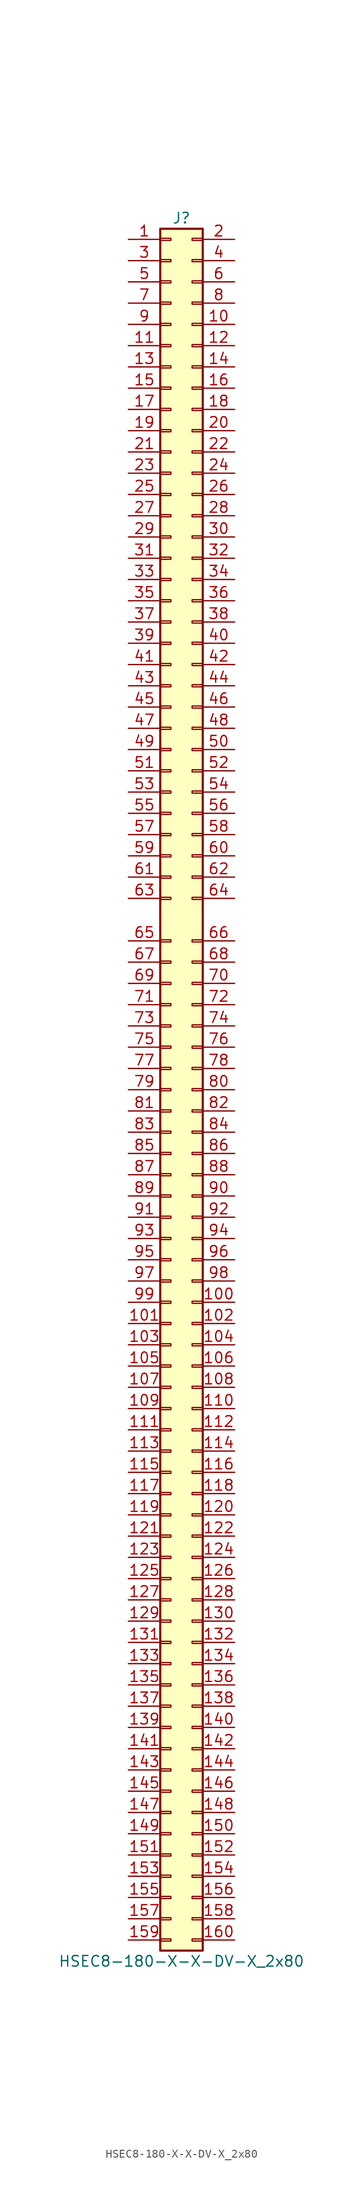
<source format=kicad_sym>
(kicad_symbol_lib
  (version 20231120)
  (generator "kicad_symbol_editor")
  (generator_version "8.0")
  (symbol "HSEC8-180-X-X-DV-X_2x80"
    (pin_names
      (offset 1.016) hide)
    (property "Reference" "J"
      (at 1.27 104.14 0)
      (effects (font (size 1.27 1.27))))
    (property "Value" "HSEC8-180-X-X-DV-X_2x80"
      (at 1.27 -104.14 0)
      (effects (font (size 1.27 1.27))))
    (property "ki_locked" ""
      (at 0 0 0)
      (effects (font (size 1.27 1.27))))
    (symbol "HSEC8-180-X-X-DV-X_2x80_1_1"
      (rectangle (start -1.27 -101.473) (end 0 -101.727) (stroke (width 0.152) (type default)) (fill (type none)))
      (rectangle (start -1.27 -98.933) (end 0 -99.187) (stroke (width 0.152) (type default)) (fill (type none)))
      (rectangle (start -1.27 -96.393) (end 0 -96.647) (stroke (width 0.152) (type default)) (fill (type none)))
      (rectangle (start -1.27 -93.853) (end 0 -94.107) (stroke (width 0.152) (type default)) (fill (type none)))
      (rectangle (start -1.27 -91.313) (end 0 -91.567) (stroke (width 0.152) (type default)) (fill (type none)))
      (rectangle (start -1.27 -88.773) (end 0 -89.027) (stroke (width 0.152) (type default)) (fill (type none)))
      (rectangle (start -1.27 -86.233) (end 0 -86.487) (stroke (width 0.152) (type default)) (fill (type none)))
      (rectangle (start -1.27 -83.693) (end 0 -83.947) (stroke (width 0.152) (type default)) (fill (type none)))
      (rectangle (start -1.27 -81.153) (end 0 -81.407) (stroke (width 0.152) (type default)) (fill (type none)))
      (rectangle (start -1.27 -78.613) (end 0 -78.867) (stroke (width 0.152) (type default)) (fill (type none)))
      (rectangle (start -1.27 -76.073) (end 0 -76.327) (stroke (width 0.152) (type default)) (fill (type none)))
      (rectangle (start -1.27 -73.533) (end 0 -73.787) (stroke (width 0.152) (type default)) (fill (type none)))
      (rectangle (start -1.27 -70.993) (end 0 -71.247) (stroke (width 0.152) (type default)) (fill (type none)))
      (rectangle (start -1.27 -68.453) (end 0 -68.707) (stroke (width 0.152) (type default)) (fill (type none)))
      (rectangle (start -1.27 -65.913) (end 0 -66.167) (stroke (width 0.152) (type default)) (fill (type none)))
      (rectangle (start -1.27 -63.373) (end 0 -63.627) (stroke (width 0.152) (type default)) (fill (type none)))
      (rectangle (start -1.27 -60.833) (end 0 -61.087) (stroke (width 0.152) (type default)) (fill (type none)))
      (rectangle (start -1.27 -58.293) (end 0 -58.547) (stroke (width 0.152) (type default)) (fill (type none)))
      (rectangle (start -1.27 -55.753) (end 0 -56.007) (stroke (width 0.152) (type default)) (fill (type none)))
      (rectangle (start -1.27 -53.213) (end 0 -53.467) (stroke (width 0.152) (type default)) (fill (type none)))
      (rectangle (start -1.27 -50.673) (end 0 -50.927) (stroke (width 0.152) (type default)) (fill (type none)))
      (rectangle (start -1.27 -48.133) (end 0 -48.387) (stroke (width 0.152) (type default)) (fill (type none)))
      (rectangle (start -1.27 -45.593) (end 0 -45.847) (stroke (width 0.152) (type default)) (fill (type none)))
      (rectangle (start -1.27 -43.053) (end 0 -43.307) (stroke (width 0.152) (type default)) (fill (type none)))
      (rectangle (start -1.27 -40.513) (end 0 -40.767) (stroke (width 0.152) (type default)) (fill (type none)))
      (rectangle (start -1.27 -37.973) (end 0 -38.227) (stroke (width 0.152) (type default)) (fill (type none)))
      (rectangle (start -1.27 -35.433) (end 0 -35.687) (stroke (width 0.152) (type default)) (fill (type none)))
      (rectangle (start -1.27 -32.893) (end 0 -33.147) (stroke (width 0.152) (type default)) (fill (type none)))
      (rectangle (start -1.27 -30.353) (end 0 -30.607) (stroke (width 0.152) (type default)) (fill (type none)))
      (rectangle (start -1.27 -27.813) (end 0 -28.067) (stroke (width 0.152) (type default)) (fill (type none)))
      (rectangle (start -1.27 -25.273) (end 0 -25.527) (stroke (width 0.152) (type default)) (fill (type none)))
      (rectangle (start -1.27 -22.733) (end 0 -22.987) (stroke (width 0.152) (type default)) (fill (type none)))
      (rectangle (start -1.27 -20.193) (end 0 -20.447) (stroke (width 0.152) (type default)) (fill (type none)))
      (rectangle (start -1.27 -17.653) (end 0 -17.907) (stroke (width 0.152) (type default)) (fill (type none)))
      (rectangle (start -1.27 -15.113) (end 0 -15.367) (stroke (width 0.152) (type default)) (fill (type none)))
      (rectangle (start -1.27 -12.573) (end 0 -12.827) (stroke (width 0.152) (type default)) (fill (type none)))
      (rectangle (start -1.27 -10.033) (end 0 -10.287) (stroke (width 0.152) (type default)) (fill (type none)))
      (rectangle (start -1.27 -7.493) (end 0 -7.747) (stroke (width 0.152) (type default)) (fill (type none)))
      (rectangle (start -1.27 -4.953) (end 0 -5.207) (stroke (width 0.152) (type default)) (fill (type none)))
      (rectangle (start -1.27 -2.413) (end 0 -2.667) (stroke (width 0.152) (type default)) (fill (type none)))
      (rectangle (start -1.27 0.127) (end 0 -0.127) (stroke (width 0.152) (type default)) (fill (type none)))
      (rectangle (start -1.27 2.667) (end 0 2.413) (stroke (width 0.152) (type default)) (fill (type none)))
      (rectangle (start -1.27 5.207) (end 0 4.953) (stroke (width 0.152) (type default)) (fill (type none)))
      (rectangle (start -1.27 7.747) (end 0 7.493) (stroke (width 0.152) (type default)) (fill (type none)))
      (rectangle (start -1.27 10.287) (end 0 10.033) (stroke (width 0.152) (type default)) (fill (type none)))
      (rectangle (start -1.27 12.827) (end 0 12.573) (stroke (width 0.152) (type default)) (fill (type none)))
      (rectangle (start -1.27 15.367) (end 0 15.113) (stroke (width 0.152) (type default)) (fill (type none)))
      (rectangle (start -1.27 17.907) (end 0 17.653) (stroke (width 0.152) (type default)) (fill (type none)))
      (rectangle (start -1.27 22.987) (end 0 22.733) (stroke (width 0.152) (type default)) (fill (type none)))
      (rectangle (start -1.27 25.527) (end 0 25.273) (stroke (width 0.152) (type default)) (fill (type none)))
      (rectangle (start -1.27 28.067) (end 0 27.813) (stroke (width 0.152) (type default)) (fill (type none)))
      (rectangle (start -1.27 30.607) (end 0 30.353) (stroke (width 0.152) (type default)) (fill (type none)))
      (rectangle (start -1.27 33.147) (end 0 32.893) (stroke (width 0.152) (type default)) (fill (type none)))
      (rectangle (start -1.27 35.687) (end 0 35.433) (stroke (width 0.152) (type default)) (fill (type none)))
      (rectangle (start -1.27 38.227) (end 0 37.973) (stroke (width 0.152) (type default)) (fill (type none)))
      (rectangle (start -1.27 40.767) (end 0 40.513) (stroke (width 0.152) (type default)) (fill (type none)))
      (rectangle (start -1.27 43.307) (end 0 43.053) (stroke (width 0.152) (type default)) (fill (type none)))
      (rectangle (start -1.27 45.847) (end 0 45.593) (stroke (width 0.152) (type default)) (fill (type none)))
      (rectangle (start -1.27 48.387) (end 0 48.133) (stroke (width 0.152) (type default)) (fill (type none)))
      (rectangle (start -1.27 50.927) (end 0 50.673) (stroke (width 0.152) (type default)) (fill (type none)))
      (rectangle (start -1.27 53.467) (end 0 53.213) (stroke (width 0.152) (type default)) (fill (type none)))
      (rectangle (start -1.27 56.007) (end 0 55.753) (stroke (width 0.152) (type default)) (fill (type none)))
      (rectangle (start -1.27 58.547) (end 0 58.293) (stroke (width 0.152) (type default)) (fill (type none)))
      (rectangle (start -1.27 61.087) (end 0 60.833) (stroke (width 0.152) (type default)) (fill (type none)))
      (rectangle (start -1.27 63.627) (end 0 63.373) (stroke (width 0.152) (type default)) (fill (type none)))
      (rectangle (start -1.27 66.167) (end 0 65.913) (stroke (width 0.152) (type default)) (fill (type none)))
      (rectangle (start -1.27 68.707) (end 0 68.453) (stroke (width 0.152) (type default)) (fill (type none)))
      (rectangle (start -1.27 71.247) (end 0 70.993) (stroke (width 0.152) (type default)) (fill (type none)))
      (rectangle (start -1.27 73.787) (end 0 73.533) (stroke (width 0.152) (type default)) (fill (type none)))
      (rectangle (start -1.27 76.327) (end 0 76.073) (stroke (width 0.152) (type default)) (fill (type none)))
      (rectangle (start -1.27 78.867) (end 0 78.613) (stroke (width 0.152) (type default)) (fill (type none)))
      (rectangle (start -1.27 81.407) (end 0 81.153) (stroke (width 0.152) (type default)) (fill (type none)))
      (rectangle (start -1.27 83.947) (end 0 83.693) (stroke (width 0.152) (type default)) (fill (type none)))
      (rectangle (start -1.27 86.487) (end 0 86.233) (stroke (width 0.152) (type default)) (fill (type none)))
      (rectangle (start -1.27 89.027) (end 0 88.773) (stroke (width 0.152) (type default)) (fill (type none)))
      (rectangle (start -1.27 91.567) (end 0 91.313) (stroke (width 0.152) (type default)) (fill (type none)))
      (rectangle (start -1.27 94.107) (end 0 93.853) (stroke (width 0.152) (type default)) (fill (type none)))
      (rectangle (start -1.27 96.647) (end 0 96.393) (stroke (width 0.152) (type default)) (fill (type none)))
      (rectangle (start -1.27 99.187) (end 0 98.933) (stroke (width 0.152) (type default)) (fill (type none)))
      (rectangle (start -1.27 101.727) (end 0 101.473) (stroke (width 0.152) (type default)) (fill (type none)))
      (rectangle (start -1.27 102.87) (end 3.81 -102.87) (stroke (width 0.254) (type default)) (fill (type background)))
      (rectangle (start 3.81 -101.473) (end 2.54 -101.727) (stroke (width 0.152) (type default)) (fill (type none)))
      (rectangle (start 3.81 -98.933) (end 2.54 -99.187) (stroke (width 0.152) (type default)) (fill (type none)))
      (rectangle (start 3.81 -96.393) (end 2.54 -96.647) (stroke (width 0.152) (type default)) (fill (type none)))
      (rectangle (start 3.81 -93.853) (end 2.54 -94.107) (stroke (width 0.152) (type default)) (fill (type none)))
      (rectangle (start 3.81 -91.313) (end 2.54 -91.567) (stroke (width 0.152) (type default)) (fill (type none)))
      (rectangle (start 3.81 -88.773) (end 2.54 -89.027) (stroke (width 0.152) (type default)) (fill (type none)))
      (rectangle (start 3.81 -86.233) (end 2.54 -86.487) (stroke (width 0.152) (type default)) (fill (type none)))
      (rectangle (start 3.81 -83.693) (end 2.54 -83.947) (stroke (width 0.152) (type default)) (fill (type none)))
      (rectangle (start 3.81 -81.153) (end 2.54 -81.407) (stroke (width 0.152) (type default)) (fill (type none)))
      (rectangle (start 3.81 -78.613) (end 2.54 -78.867) (stroke (width 0.152) (type default)) (fill (type none)))
      (rectangle (start 3.81 -76.073) (end 2.54 -76.327) (stroke (width 0.152) (type default)) (fill (type none)))
      (rectangle (start 3.81 -73.533) (end 2.54 -73.787) (stroke (width 0.152) (type default)) (fill (type none)))
      (rectangle (start 3.81 -70.993) (end 2.54 -71.247) (stroke (width 0.152) (type default)) (fill (type none)))
      (rectangle (start 3.81 -68.453) (end 2.54 -68.707) (stroke (width 0.152) (type default)) (fill (type none)))
      (rectangle (start 3.81 -65.913) (end 2.54 -66.167) (stroke (width 0.152) (type default)) (fill (type none)))
      (rectangle (start 3.81 -63.373) (end 2.54 -63.627) (stroke (width 0.152) (type default)) (fill (type none)))
      (rectangle (start 3.81 -60.833) (end 2.54 -61.087) (stroke (width 0.152) (type default)) (fill (type none)))
      (rectangle (start 3.81 -58.293) (end 2.54 -58.547) (stroke (width 0.152) (type default)) (fill (type none)))
      (rectangle (start 3.81 -55.753) (end 2.54 -56.007) (stroke (width 0.152) (type default)) (fill (type none)))
      (rectangle (start 3.81 -53.213) (end 2.54 -53.467) (stroke (width 0.152) (type default)) (fill (type none)))
      (rectangle (start 3.81 -50.673) (end 2.54 -50.927) (stroke (width 0.152) (type default)) (fill (type none)))
      (rectangle (start 3.81 -48.133) (end 2.54 -48.387) (stroke (width 0.152) (type default)) (fill (type none)))
      (rectangle (start 3.81 -45.593) (end 2.54 -45.847) (stroke (width 0.152) (type default)) (fill (type none)))
      (rectangle (start 3.81 -43.053) (end 2.54 -43.307) (stroke (width 0.152) (type default)) (fill (type none)))
      (rectangle (start 3.81 -40.513) (end 2.54 -40.767) (stroke (width 0.152) (type default)) (fill (type none)))
      (rectangle (start 3.81 -37.973) (end 2.54 -38.227) (stroke (width 0.152) (type default)) (fill (type none)))
      (rectangle (start 3.81 -35.433) (end 2.54 -35.687) (stroke (width 0.152) (type default)) (fill (type none)))
      (rectangle (start 3.81 -32.893) (end 2.54 -33.147) (stroke (width 0.152) (type default)) (fill (type none)))
      (rectangle (start 3.81 -30.353) (end 2.54 -30.607) (stroke (width 0.152) (type default)) (fill (type none)))
      (rectangle (start 3.81 -27.813) (end 2.54 -28.067) (stroke (width 0.152) (type default)) (fill (type none)))
      (rectangle (start 3.81 -25.273) (end 2.54 -25.527) (stroke (width 0.152) (type default)) (fill (type none)))
      (rectangle (start 3.81 -22.733) (end 2.54 -22.987) (stroke (width 0.152) (type default)) (fill (type none)))
      (rectangle (start 3.81 -20.193) (end 2.54 -20.447) (stroke (width 0.152) (type default)) (fill (type none)))
      (rectangle (start 3.81 -17.653) (end 2.54 -17.907) (stroke (width 0.152) (type default)) (fill (type none)))
      (rectangle (start 3.81 -15.113) (end 2.54 -15.367) (stroke (width 0.152) (type default)) (fill (type none)))
      (rectangle (start 3.81 -12.573) (end 2.54 -12.827) (stroke (width 0.152) (type default)) (fill (type none)))
      (rectangle (start 3.81 -10.033) (end 2.54 -10.287) (stroke (width 0.152) (type default)) (fill (type none)))
      (rectangle (start 3.81 -7.493) (end 2.54 -7.747) (stroke (width 0.152) (type default)) (fill (type none)))
      (rectangle (start 3.81 -4.953) (end 2.54 -5.207) (stroke (width 0.152) (type default)) (fill (type none)))
      (rectangle (start 3.81 -2.413) (end 2.54 -2.667) (stroke (width 0.152) (type default)) (fill (type none)))
      (rectangle (start 3.81 0.127) (end 2.54 -0.127) (stroke (width 0.152) (type default)) (fill (type none)))
      (rectangle (start 3.81 2.667) (end 2.54 2.413) (stroke (width 0.152) (type default)) (fill (type none)))
      (rectangle (start 3.81 5.207) (end 2.54 4.953) (stroke (width 0.152) (type default)) (fill (type none)))
      (rectangle (start 3.81 7.747) (end 2.54 7.493) (stroke (width 0.152) (type default)) (fill (type none)))
      (rectangle (start 3.81 10.287) (end 2.54 10.033) (stroke (width 0.152) (type default)) (fill (type none)))
      (rectangle (start 3.81 12.827) (end 2.54 12.573) (stroke (width 0.152) (type default)) (fill (type none)))
      (rectangle (start 3.81 15.367) (end 2.54 15.113) (stroke (width 0.152) (type default)) (fill (type none)))
      (rectangle (start 3.81 17.907) (end 2.54 17.653) (stroke (width 0.152) (type default)) (fill (type none)))
      (rectangle (start 3.81 22.987) (end 2.54 22.733) (stroke (width 0.152) (type default)) (fill (type none)))
      (rectangle (start 3.81 25.527) (end 2.54 25.273) (stroke (width 0.152) (type default)) (fill (type none)))
      (rectangle (start 3.81 28.067) (end 2.54 27.813) (stroke (width 0.152) (type default)) (fill (type none)))
      (rectangle (start 3.81 30.607) (end 2.54 30.353) (stroke (width 0.152) (type default)) (fill (type none)))
      (rectangle (start 3.81 33.147) (end 2.54 32.893) (stroke (width 0.152) (type default)) (fill (type none)))
      (rectangle (start 3.81 35.687) (end 2.54 35.433) (stroke (width 0.152) (type default)) (fill (type none)))
      (rectangle (start 3.81 38.227) (end 2.54 37.973) (stroke (width 0.152) (type default)) (fill (type none)))
      (rectangle (start 3.81 40.767) (end 2.54 40.513) (stroke (width 0.152) (type default)) (fill (type none)))
      (rectangle (start 3.81 43.307) (end 2.54 43.053) (stroke (width 0.152) (type default)) (fill (type none)))
      (rectangle (start 3.81 45.847) (end 2.54 45.593) (stroke (width 0.152) (type default)) (fill (type none)))
      (rectangle (start 3.81 48.387) (end 2.54 48.133) (stroke (width 0.152) (type default)) (fill (type none)))
      (rectangle (start 3.81 50.927) (end 2.54 50.673) (stroke (width 0.152) (type default)) (fill (type none)))
      (rectangle (start 3.81 53.467) (end 2.54 53.213) (stroke (width 0.152) (type default)) (fill (type none)))
      (rectangle (start 3.81 56.007) (end 2.54 55.753) (stroke (width 0.152) (type default)) (fill (type none)))
      (rectangle (start 3.81 58.547) (end 2.54 58.293) (stroke (width 0.152) (type default)) (fill (type none)))
      (rectangle (start 3.81 61.087) (end 2.54 60.833) (stroke (width 0.152) (type default)) (fill (type none)))
      (rectangle (start 3.81 63.627) (end 2.54 63.373) (stroke (width 0.152) (type default)) (fill (type none)))
      (rectangle (start 3.81 66.167) (end 2.54 65.913) (stroke (width 0.152) (type default)) (fill (type none)))
      (rectangle (start 3.81 68.707) (end 2.54 68.453) (stroke (width 0.152) (type default)) (fill (type none)))
      (rectangle (start 3.81 71.247) (end 2.54 70.993) (stroke (width 0.152) (type default)) (fill (type none)))
      (rectangle (start 3.81 73.787) (end 2.54 73.533) (stroke (width 0.152) (type default)) (fill (type none)))
      (rectangle (start 3.81 76.327) (end 2.54 76.073) (stroke (width 0.152) (type default)) (fill (type none)))
      (rectangle (start 3.81 78.867) (end 2.54 78.613) (stroke (width 0.152) (type default)) (fill (type none)))
      (rectangle (start 3.81 81.407) (end 2.54 81.153) (stroke (width 0.152) (type default)) (fill (type none)))
      (rectangle (start 3.81 83.947) (end 2.54 83.693) (stroke (width 0.152) (type default)) (fill (type none)))
      (rectangle (start 3.81 86.487) (end 2.54 86.233) (stroke (width 0.152) (type default)) (fill (type none)))
      (rectangle (start 3.81 89.027) (end 2.54 88.773) (stroke (width 0.152) (type default)) (fill (type none)))
      (rectangle (start 3.81 91.567) (end 2.54 91.313) (stroke (width 0.152) (type default)) (fill (type none)))
      (rectangle (start 3.81 94.107) (end 2.54 93.853) (stroke (width 0.152) (type default)) (fill (type none)))
      (rectangle (start 3.81 96.647) (end 2.54 96.393) (stroke (width 0.152) (type default)) (fill (type none)))
      (rectangle (start 3.81 99.187) (end 2.54 98.933) (stroke (width 0.152) (type default)) (fill (type none)))
      (rectangle (start 3.81 101.727) (end 2.54 101.473) (stroke (width 0.152) (type default)) (fill (type none)))
      (pin passive line (at -5.08 101.6 0) (length 3.81) (name "Pin_1" (effects (font (size 1.27 1.27)))) (number "1" (effects (font (size 1.27 1.27)))))
      (pin passive line (at 7.62 91.44 180) (length 3.81) (name "Pin_10" (effects (font (size 1.27 1.27)))) (number "10" (effects (font (size 1.27 1.27)))))
      (pin passive line (at 7.62 -25.4 180) (length 3.81) (name "Pin_100" (effects (font (size 1.27 1.27)))) (number "100" (effects (font (size 1.27 1.27)))))
      (pin passive line (at -5.08 -27.94 0) (length 3.81) (name "Pin_101" (effects (font (size 1.27 1.27)))) (number "101" (effects (font (size 1.27 1.27)))))
      (pin passive line (at 7.62 -27.94 180) (length 3.81) (name "Pin_102" (effects (font (size 1.27 1.27)))) (number "102" (effects (font (size 1.27 1.27)))))
      (pin passive line (at -5.08 -30.48 0) (length 3.81) (name "Pin_103" (effects (font (size 1.27 1.27)))) (number "103" (effects (font (size 1.27 1.27)))))
      (pin passive line (at 7.62 -30.48 180) (length 3.81) (name "Pin_104" (effects (font (size 1.27 1.27)))) (number "104" (effects (font (size 1.27 1.27)))))
      (pin passive line (at -5.08 -33.02 0) (length 3.81) (name "Pin_105" (effects (font (size 1.27 1.27)))) (number "105" (effects (font (size 1.27 1.27)))))
      (pin passive line (at 7.62 -33.02 180) (length 3.81) (name "Pin_106" (effects (font (size 1.27 1.27)))) (number "106" (effects (font (size 1.27 1.27)))))
      (pin passive line (at -5.08 -35.56 0) (length 3.81) (name "Pin_107" (effects (font (size 1.27 1.27)))) (number "107" (effects (font (size 1.27 1.27)))))
      (pin passive line (at 7.62 -35.56 180) (length 3.81) (name "Pin_108" (effects (font (size 1.27 1.27)))) (number "108" (effects (font (size 1.27 1.27)))))
      (pin passive line (at -5.08 -38.1 0) (length 3.81) (name "Pin_109" (effects (font (size 1.27 1.27)))) (number "109" (effects (font (size 1.27 1.27)))))
      (pin passive line (at -5.08 88.9 0) (length 3.81) (name "Pin_11" (effects (font (size 1.27 1.27)))) (number "11" (effects (font (size 1.27 1.27)))))
      (pin passive line (at 7.62 -38.1 180) (length 3.81) (name "Pin_110" (effects (font (size 1.27 1.27)))) (number "110" (effects (font (size 1.27 1.27)))))
      (pin passive line (at -5.08 -40.64 0) (length 3.81) (name "Pin_111" (effects (font (size 1.27 1.27)))) (number "111" (effects (font (size 1.27 1.27)))))
      (pin passive line (at 7.62 -40.64 180) (length 3.81) (name "Pin_112" (effects (font (size 1.27 1.27)))) (number "112" (effects (font (size 1.27 1.27)))))
      (pin passive line (at -5.08 -43.18 0) (length 3.81) (name "Pin_113" (effects (font (size 1.27 1.27)))) (number "113" (effects (font (size 1.27 1.27)))))
      (pin passive line (at 7.62 -43.18 180) (length 3.81) (name "Pin_114" (effects (font (size 1.27 1.27)))) (number "114" (effects (font (size 1.27 1.27)))))
      (pin passive line (at -5.08 -45.72 0) (length 3.81) (name "Pin_115" (effects (font (size 1.27 1.27)))) (number "115" (effects (font (size 1.27 1.27)))))
      (pin passive line (at 7.62 -45.72 180) (length 3.81) (name "Pin_116" (effects (font (size 1.27 1.27)))) (number "116" (effects (font (size 1.27 1.27)))))
      (pin passive line (at -5.08 -48.26 0) (length 3.81) (name "Pin_117" (effects (font (size 1.27 1.27)))) (number "117" (effects (font (size 1.27 1.27)))))
      (pin passive line (at 7.62 -48.26 180) (length 3.81) (name "Pin_118" (effects (font (size 1.27 1.27)))) (number "118" (effects (font (size 1.27 1.27)))))
      (pin passive line (at -5.08 -50.8 0) (length 3.81) (name "Pin_119" (effects (font (size 1.27 1.27)))) (number "119" (effects (font (size 1.27 1.27)))))
      (pin passive line (at 7.62 88.9 180) (length 3.81) (name "Pin_12" (effects (font (size 1.27 1.27)))) (number "12" (effects (font (size 1.27 1.27)))))
      (pin passive line (at 7.62 -50.8 180) (length 3.81) (name "Pin_120" (effects (font (size 1.27 1.27)))) (number "120" (effects (font (size 1.27 1.27)))))
      (pin passive line (at -5.08 -53.34 0) (length 3.81) (name "Pin_121" (effects (font (size 1.27 1.27)))) (number "121" (effects (font (size 1.27 1.27)))))
      (pin passive line (at 7.62 -53.34 180) (length 3.81) (name "Pin_122" (effects (font (size 1.27 1.27)))) (number "122" (effects (font (size 1.27 1.27)))))
      (pin passive line (at -5.08 -55.88 0) (length 3.81) (name "Pin_123" (effects (font (size 1.27 1.27)))) (number "123" (effects (font (size 1.27 1.27)))))
      (pin passive line (at 7.62 -55.88 180) (length 3.81) (name "Pin_124" (effects (font (size 1.27 1.27)))) (number "124" (effects (font (size 1.27 1.27)))))
      (pin passive line (at -5.08 -58.42 0) (length 3.81) (name "Pin_125" (effects (font (size 1.27 1.27)))) (number "125" (effects (font (size 1.27 1.27)))))
      (pin passive line (at 7.62 -58.42 180) (length 3.81) (name "Pin_126" (effects (font (size 1.27 1.27)))) (number "126" (effects (font (size 1.27 1.27)))))
      (pin passive line (at -5.08 -60.96 0) (length 3.81) (name "Pin_127" (effects (font (size 1.27 1.27)))) (number "127" (effects (font (size 1.27 1.27)))))
      (pin passive line (at 7.62 -60.96 180) (length 3.81) (name "Pin_128" (effects (font (size 1.27 1.27)))) (number "128" (effects (font (size 1.27 1.27)))))
      (pin passive line (at -5.08 -63.5 0) (length 3.81) (name "Pin_129" (effects (font (size 1.27 1.27)))) (number "129" (effects (font (size 1.27 1.27)))))
      (pin passive line (at -5.08 86.36 0) (length 3.81) (name "Pin_13" (effects (font (size 1.27 1.27)))) (number "13" (effects (font (size 1.27 1.27)))))
      (pin passive line (at 7.62 -63.5 180) (length 3.81) (name "Pin_130" (effects (font (size 1.27 1.27)))) (number "130" (effects (font (size 1.27 1.27)))))
      (pin passive line (at -5.08 -66.04 0) (length 3.81) (name "Pin_131" (effects (font (size 1.27 1.27)))) (number "131" (effects (font (size 1.27 1.27)))))
      (pin passive line (at 7.62 -66.04 180) (length 3.81) (name "Pin_132" (effects (font (size 1.27 1.27)))) (number "132" (effects (font (size 1.27 1.27)))))
      (pin passive line (at -5.08 -68.58 0) (length 3.81) (name "Pin_133" (effects (font (size 1.27 1.27)))) (number "133" (effects (font (size 1.27 1.27)))))
      (pin passive line (at 7.62 -68.58 180) (length 3.81) (name "Pin_134" (effects (font (size 1.27 1.27)))) (number "134" (effects (font (size 1.27 1.27)))))
      (pin passive line (at -5.08 -71.12 0) (length 3.81) (name "Pin_135" (effects (font (size 1.27 1.27)))) (number "135" (effects (font (size 1.27 1.27)))))
      (pin passive line (at 7.62 -71.12 180) (length 3.81) (name "Pin_136" (effects (font (size 1.27 1.27)))) (number "136" (effects (font (size 1.27 1.27)))))
      (pin passive line (at -5.08 -73.66 0) (length 3.81) (name "Pin_137" (effects (font (size 1.27 1.27)))) (number "137" (effects (font (size 1.27 1.27)))))
      (pin passive line (at 7.62 -73.66 180) (length 3.81) (name "Pin_138" (effects (font (size 1.27 1.27)))) (number "138" (effects (font (size 1.27 1.27)))))
      (pin passive line (at -5.08 -76.2 0) (length 3.81) (name "Pin_139" (effects (font (size 1.27 1.27)))) (number "139" (effects (font (size 1.27 1.27)))))
      (pin passive line (at 7.62 86.36 180) (length 3.81) (name "Pin_14" (effects (font (size 1.27 1.27)))) (number "14" (effects (font (size 1.27 1.27)))))
      (pin passive line (at 7.62 -76.2 180) (length 3.81) (name "Pin_140" (effects (font (size 1.27 1.27)))) (number "140" (effects (font (size 1.27 1.27)))))
      (pin passive line (at -5.08 -78.74 0) (length 3.81) (name "Pin_141" (effects (font (size 1.27 1.27)))) (number "141" (effects (font (size 1.27 1.27)))))
      (pin passive line (at 7.62 -78.74 180) (length 3.81) (name "Pin_142" (effects (font (size 1.27 1.27)))) (number "142" (effects (font (size 1.27 1.27)))))
      (pin passive line (at -5.08 -81.28 0) (length 3.81) (name "Pin_143" (effects (font (size 1.27 1.27)))) (number "143" (effects (font (size 1.27 1.27)))))
      (pin passive line (at 7.62 -81.28 180) (length 3.81) (name "Pin_144" (effects (font (size 1.27 1.27)))) (number "144" (effects (font (size 1.27 1.27)))))
      (pin passive line (at -5.08 -83.82 0) (length 3.81) (name "Pin_145" (effects (font (size 1.27 1.27)))) (number "145" (effects (font (size 1.27 1.27)))))
      (pin passive line (at 7.62 -83.82 180) (length 3.81) (name "Pin_146" (effects (font (size 1.27 1.27)))) (number "146" (effects (font (size 1.27 1.27)))))
      (pin passive line (at -5.08 -86.36 0) (length 3.81) (name "Pin_147" (effects (font (size 1.27 1.27)))) (number "147" (effects (font (size 1.27 1.27)))))
      (pin passive line (at 7.62 -86.36 180) (length 3.81) (name "Pin_148" (effects (font (size 1.27 1.27)))) (number "148" (effects (font (size 1.27 1.27)))))
      (pin passive line (at -5.08 -88.9 0) (length 3.81) (name "Pin_149" (effects (font (size 1.27 1.27)))) (number "149" (effects (font (size 1.27 1.27)))))
      (pin passive line (at -5.08 83.82 0) (length 3.81) (name "Pin_15" (effects (font (size 1.27 1.27)))) (number "15" (effects (font (size 1.27 1.27)))))
      (pin passive line (at 7.62 -88.9 180) (length 3.81) (name "Pin_150" (effects (font (size 1.27 1.27)))) (number "150" (effects (font (size 1.27 1.27)))))
      (pin passive line (at -5.08 -91.44 0) (length 3.81) (name "Pin_151" (effects (font (size 1.27 1.27)))) (number "151" (effects (font (size 1.27 1.27)))))
      (pin passive line (at 7.62 -91.44 180) (length 3.81) (name "Pin_152" (effects (font (size 1.27 1.27)))) (number "152" (effects (font (size 1.27 1.27)))))
      (pin passive line (at -5.08 -93.98 0) (length 3.81) (name "Pin_153" (effects (font (size 1.27 1.27)))) (number "153" (effects (font (size 1.27 1.27)))))
      (pin passive line (at 7.62 -93.98 180) (length 3.81) (name "Pin_154" (effects (font (size 1.27 1.27)))) (number "154" (effects (font (size 1.27 1.27)))))
      (pin passive line (at -5.08 -96.52 0) (length 3.81) (name "Pin_155" (effects (font (size 1.27 1.27)))) (number "155" (effects (font (size 1.27 1.27)))))
      (pin passive line (at 7.62 -96.52 180) (length 3.81) (name "Pin_156" (effects (font (size 1.27 1.27)))) (number "156" (effects (font (size 1.27 1.27)))))
      (pin passive line (at -5.08 -99.06 0) (length 3.81) (name "Pin_157" (effects (font (size 1.27 1.27)))) (number "157" (effects (font (size 1.27 1.27)))))
      (pin passive line (at 7.62 -99.06 180) (length 3.81) (name "Pin_158" (effects (font (size 1.27 1.27)))) (number "158" (effects (font (size 1.27 1.27)))))
      (pin passive line (at -5.08 -101.6 0) (length 3.81) (name "Pin_159" (effects (font (size 1.27 1.27)))) (number "159" (effects (font (size 1.27 1.27)))))
      (pin passive line (at 7.62 83.82 180) (length 3.81) (name "Pin_16" (effects (font (size 1.27 1.27)))) (number "16" (effects (font (size 1.27 1.27)))))
      (pin passive line (at 7.62 -101.6 180) (length 3.81) (name "Pin_160" (effects (font (size 1.27 1.27)))) (number "160" (effects (font (size 1.27 1.27)))))
      (pin passive line (at -5.08 81.28 0) (length 3.81) (name "Pin_17" (effects (font (size 1.27 1.27)))) (number "17" (effects (font (size 1.27 1.27)))))
      (pin passive line (at 7.62 81.28 180) (length 3.81) (name "Pin_18" (effects (font (size 1.27 1.27)))) (number "18" (effects (font (size 1.27 1.27)))))
      (pin passive line (at -5.08 78.74 0) (length 3.81) (name "Pin_19" (effects (font (size 1.27 1.27)))) (number "19" (effects (font (size 1.27 1.27)))))
      (pin passive line (at 7.62 101.6 180) (length 3.81) (name "Pin_2" (effects (font (size 1.27 1.27)))) (number "2" (effects (font (size 1.27 1.27)))))
      (pin passive line (at 7.62 78.74 180) (length 3.81) (name "Pin_20" (effects (font (size 1.27 1.27)))) (number "20" (effects (font (size 1.27 1.27)))))
      (pin passive line (at -5.08 76.2 0) (length 3.81) (name "Pin_21" (effects (font (size 1.27 1.27)))) (number "21" (effects (font (size 1.27 1.27)))))
      (pin passive line (at 7.62 76.2 180) (length 3.81) (name "Pin_22" (effects (font (size 1.27 1.27)))) (number "22" (effects (font (size 1.27 1.27)))))
      (pin passive line (at -5.08 73.66 0) (length 3.81) (name "Pin_23" (effects (font (size 1.27 1.27)))) (number "23" (effects (font (size 1.27 1.27)))))
      (pin passive line (at 7.62 73.66 180) (length 3.81) (name "Pin_24" (effects (font (size 1.27 1.27)))) (number "24" (effects (font (size 1.27 1.27)))))
      (pin passive line (at -5.08 71.12 0) (length 3.81) (name "Pin_25" (effects (font (size 1.27 1.27)))) (number "25" (effects (font (size 1.27 1.27)))))
      (pin passive line (at 7.62 71.12 180) (length 3.81) (name "Pin_26" (effects (font (size 1.27 1.27)))) (number "26" (effects (font (size 1.27 1.27)))))
      (pin passive line (at -5.08 68.58 0) (length 3.81) (name "Pin_27" (effects (font (size 1.27 1.27)))) (number "27" (effects (font (size 1.27 1.27)))))
      (pin passive line (at 7.62 68.58 180) (length 3.81) (name "Pin_28" (effects (font (size 1.27 1.27)))) (number "28" (effects (font (size 1.27 1.27)))))
      (pin passive line (at -5.08 66.04 0) (length 3.81) (name "Pin_29" (effects (font (size 1.27 1.27)))) (number "29" (effects (font (size 1.27 1.27)))))
      (pin passive line (at -5.08 99.06 0) (length 3.81) (name "Pin_3" (effects (font (size 1.27 1.27)))) (number "3" (effects (font (size 1.27 1.27)))))
      (pin passive line (at 7.62 66.04 180) (length 3.81) (name "Pin_30" (effects (font (size 1.27 1.27)))) (number "30" (effects (font (size 1.27 1.27)))))
      (pin passive line (at -5.08 63.5 0) (length 3.81) (name "Pin_31" (effects (font (size 1.27 1.27)))) (number "31" (effects (font (size 1.27 1.27)))))
      (pin passive line (at 7.62 63.5 180) (length 3.81) (name "Pin_32" (effects (font (size 1.27 1.27)))) (number "32" (effects (font (size 1.27 1.27)))))
      (pin passive line (at -5.08 60.96 0) (length 3.81) (name "Pin_33" (effects (font (size 1.27 1.27)))) (number "33" (effects (font (size 1.27 1.27)))))
      (pin passive line (at 7.62 60.96 180) (length 3.81) (name "Pin_34" (effects (font (size 1.27 1.27)))) (number "34" (effects (font (size 1.27 1.27)))))
      (pin passive line (at -5.08 58.42 0) (length 3.81) (name "Pin_35" (effects (font (size 1.27 1.27)))) (number "35" (effects (font (size 1.27 1.27)))))
      (pin passive line (at 7.62 58.42 180) (length 3.81) (name "Pin_36" (effects (font (size 1.27 1.27)))) (number "36" (effects (font (size 1.27 1.27)))))
      (pin passive line (at -5.08 55.88 0) (length 3.81) (name "Pin_37" (effects (font (size 1.27 1.27)))) (number "37" (effects (font (size 1.27 1.27)))))
      (pin passive line (at 7.62 55.88 180) (length 3.81) (name "Pin_38" (effects (font (size 1.27 1.27)))) (number "38" (effects (font (size 1.27 1.27)))))
      (pin passive line (at -5.08 53.34 0) (length 3.81) (name "Pin_39" (effects (font (size 1.27 1.27)))) (number "39" (effects (font (size 1.27 1.27)))))
      (pin passive line (at 7.62 99.06 180) (length 3.81) (name "Pin_4" (effects (font (size 1.27 1.27)))) (number "4" (effects (font (size 1.27 1.27)))))
      (pin passive line (at 7.62 53.34 180) (length 3.81) (name "Pin_40" (effects (font (size 1.27 1.27)))) (number "40" (effects (font (size 1.27 1.27)))))
      (pin passive line (at -5.08 50.8 0) (length 3.81) (name "Pin_41" (effects (font (size 1.27 1.27)))) (number "41" (effects (font (size 1.27 1.27)))))
      (pin passive line (at 7.62 50.8 180) (length 3.81) (name "Pin_42" (effects (font (size 1.27 1.27)))) (number "42" (effects (font (size 1.27 1.27)))))
      (pin passive line (at -5.08 48.26 0) (length 3.81) (name "Pin_43" (effects (font (size 1.27 1.27)))) (number "43" (effects (font (size 1.27 1.27)))))
      (pin passive line (at 7.62 48.26 180) (length 3.81) (name "Pin_44" (effects (font (size 1.27 1.27)))) (number "44" (effects (font (size 1.27 1.27)))))
      (pin passive line (at -5.08 45.72 0) (length 3.81) (name "Pin_45" (effects (font (size 1.27 1.27)))) (number "45" (effects (font (size 1.27 1.27)))))
      (pin passive line (at 7.62 45.72 180) (length 3.81) (name "Pin_46" (effects (font (size 1.27 1.27)))) (number "46" (effects (font (size 1.27 1.27)))))
      (pin passive line (at -5.08 43.18 0) (length 3.81) (name "Pin_47" (effects (font (size 1.27 1.27)))) (number "47" (effects (font (size 1.27 1.27)))))
      (pin passive line (at 7.62 43.18 180) (length 3.81) (name "Pin_48" (effects (font (size 1.27 1.27)))) (number "48" (effects (font (size 1.27 1.27)))))
      (pin passive line (at -5.08 40.64 0) (length 3.81) (name "Pin_49" (effects (font (size 1.27 1.27)))) (number "49" (effects (font (size 1.27 1.27)))))
      (pin passive line (at -5.08 96.52 0) (length 3.81) (name "Pin_5" (effects (font (size 1.27 1.27)))) (number "5" (effects (font (size 1.27 1.27)))))
      (pin passive line (at 7.62 40.64 180) (length 3.81) (name "Pin_50" (effects (font (size 1.27 1.27)))) (number "50" (effects (font (size 1.27 1.27)))))
      (pin passive line (at -5.08 38.1 0) (length 3.81) (name "Pin_51" (effects (font (size 1.27 1.27)))) (number "51" (effects (font (size 1.27 1.27)))))
      (pin passive line (at 7.62 38.1 180) (length 3.81) (name "Pin_52" (effects (font (size 1.27 1.27)))) (number "52" (effects (font (size 1.27 1.27)))))
      (pin passive line (at -5.08 35.56 0) (length 3.81) (name "Pin_53" (effects (font (size 1.27 1.27)))) (number "53" (effects (font (size 1.27 1.27)))))
      (pin passive line (at 7.62 35.56 180) (length 3.81) (name "Pin_54" (effects (font (size 1.27 1.27)))) (number "54" (effects (font (size 1.27 1.27)))))
      (pin passive line (at -5.08 33.02 0) (length 3.81) (name "Pin_55" (effects (font (size 1.27 1.27)))) (number "55" (effects (font (size 1.27 1.27)))))
      (pin passive line (at 7.62 33.02 180) (length 3.81) (name "Pin_56" (effects (font (size 1.27 1.27)))) (number "56" (effects (font (size 1.27 1.27)))))
      (pin passive line (at -5.08 30.48 0) (length 3.81) (name "Pin_57" (effects (font (size 1.27 1.27)))) (number "57" (effects (font (size 1.27 1.27)))))
      (pin passive line (at 7.62 30.48 180) (length 3.81) (name "Pin_58" (effects (font (size 1.27 1.27)))) (number "58" (effects (font (size 1.27 1.27)))))
      (pin passive line (at -5.08 27.94 0) (length 3.81) (name "Pin_59" (effects (font (size 1.27 1.27)))) (number "59" (effects (font (size 1.27 1.27)))))
      (pin passive line (at 7.62 96.52 180) (length 3.81) (name "Pin_6" (effects (font (size 1.27 1.27)))) (number "6" (effects (font (size 1.27 1.27)))))
      (pin passive line (at 7.62 27.94 180) (length 3.81) (name "Pin_60" (effects (font (size 1.27 1.27)))) (number "60" (effects (font (size 1.27 1.27)))))
      (pin passive line (at -5.08 25.4 0) (length 3.81) (name "Pin_61" (effects (font (size 1.27 1.27)))) (number "61" (effects (font (size 1.27 1.27)))))
      (pin passive line (at 7.62 25.4 180) (length 3.81) (name "Pin_62" (effects (font (size 1.27 1.27)))) (number "62" (effects (font (size 1.27 1.27)))))
      (pin passive line (at -5.08 22.86 0) (length 3.81) (name "Pin_63" (effects (font (size 1.27 1.27)))) (number "63" (effects (font (size 1.27 1.27)))))
      (pin passive line (at 7.62 22.86 180) (length 3.81) (name "Pin_64" (effects (font (size 1.27 1.27)))) (number "64" (effects (font (size 1.27 1.27)))))
      (pin passive line (at -5.08 17.78 0) (length 3.81) (name "Pin_65" (effects (font (size 1.27 1.27)))) (number "65" (effects (font (size 1.27 1.27)))))
      (pin passive line (at 7.62 17.78 180) (length 3.81) (name "Pin_66" (effects (font (size 1.27 1.27)))) (number "66" (effects (font (size 1.27 1.27)))))
      (pin passive line (at -5.08 15.24 0) (length 3.81) (name "Pin_67" (effects (font (size 1.27 1.27)))) (number "67" (effects (font (size 1.27 1.27)))))
      (pin passive line (at 7.62 15.24 180) (length 3.81) (name "Pin_68" (effects (font (size 1.27 1.27)))) (number "68" (effects (font (size 1.27 1.27)))))
      (pin passive line (at -5.08 12.7 0) (length 3.81) (name "Pin_69" (effects (font (size 1.27 1.27)))) (number "69" (effects (font (size 1.27 1.27)))))
      (pin passive line (at -5.08 93.98 0) (length 3.81) (name "Pin_7" (effects (font (size 1.27 1.27)))) (number "7" (effects (font (size 1.27 1.27)))))
      (pin passive line (at 7.62 12.7 180) (length 3.81) (name "Pin_70" (effects (font (size 1.27 1.27)))) (number "70" (effects (font (size 1.27 1.27)))))
      (pin passive line (at -5.08 10.16 0) (length 3.81) (name "Pin_71" (effects (font (size 1.27 1.27)))) (number "71" (effects (font (size 1.27 1.27)))))
      (pin passive line (at 7.62 10.16 180) (length 3.81) (name "Pin_72" (effects (font (size 1.27 1.27)))) (number "72" (effects (font (size 1.27 1.27)))))
      (pin passive line (at -5.08 7.62 0) (length 3.81) (name "Pin_73" (effects (font (size 1.27 1.27)))) (number "73" (effects (font (size 1.27 1.27)))))
      (pin passive line (at 7.62 7.62 180) (length 3.81) (name "Pin_74" (effects (font (size 1.27 1.27)))) (number "74" (effects (font (size 1.27 1.27)))))
      (pin passive line (at -5.08 5.08 0) (length 3.81) (name "Pin_75" (effects (font (size 1.27 1.27)))) (number "75" (effects (font (size 1.27 1.27)))))
      (pin passive line (at 7.62 5.08 180) (length 3.81) (name "Pin_76" (effects (font (size 1.27 1.27)))) (number "76" (effects (font (size 1.27 1.27)))))
      (pin passive line (at -5.08 2.54 0) (length 3.81) (name "Pin_77" (effects (font (size 1.27 1.27)))) (number "77" (effects (font (size 1.27 1.27)))))
      (pin passive line (at 7.62 2.54 180) (length 3.81) (name "Pin_78" (effects (font (size 1.27 1.27)))) (number "78" (effects (font (size 1.27 1.27)))))
      (pin passive line (at -5.08 0 0) (length 3.81) (name "Pin_79" (effects (font (size 1.27 1.27)))) (number "79" (effects (font (size 1.27 1.27)))))
      (pin passive line (at 7.62 93.98 180) (length 3.81) (name "Pin_8" (effects (font (size 1.27 1.27)))) (number "8" (effects (font (size 1.27 1.27)))))
      (pin passive line (at 7.62 0 180) (length 3.81) (name "Pin_80" (effects (font (size 1.27 1.27)))) (number "80" (effects (font (size 1.27 1.27)))))
      (pin passive line (at -5.08 -2.54 0) (length 3.81) (name "Pin_81" (effects (font (size 1.27 1.27)))) (number "81" (effects (font (size 1.27 1.27)))))
      (pin passive line (at 7.62 -2.54 180) (length 3.81) (name "Pin_82" (effects (font (size 1.27 1.27)))) (number "82" (effects (font (size 1.27 1.27)))))
      (pin passive line (at -5.08 -5.08 0) (length 3.81) (name "Pin_83" (effects (font (size 1.27 1.27)))) (number "83" (effects (font (size 1.27 1.27)))))
      (pin passive line (at 7.62 -5.08 180) (length 3.81) (name "Pin_84" (effects (font (size 1.27 1.27)))) (number "84" (effects (font (size 1.27 1.27)))))
      (pin passive line (at -5.08 -7.62 0) (length 3.81) (name "Pin_85" (effects (font (size 1.27 1.27)))) (number "85" (effects (font (size 1.27 1.27)))))
      (pin passive line (at 7.62 -7.62 180) (length 3.81) (name "Pin_86" (effects (font (size 1.27 1.27)))) (number "86" (effects (font (size 1.27 1.27)))))
      (pin passive line (at -5.08 -10.16 0) (length 3.81) (name "Pin_87" (effects (font (size 1.27 1.27)))) (number "87" (effects (font (size 1.27 1.27)))))
      (pin passive line (at 7.62 -10.16 180) (length 3.81) (name "Pin_88" (effects (font (size 1.27 1.27)))) (number "88" (effects (font (size 1.27 1.27)))))
      (pin passive line (at -5.08 -12.7 0) (length 3.81) (name "Pin_89" (effects (font (size 1.27 1.27)))) (number "89" (effects (font (size 1.27 1.27)))))
      (pin passive line (at -5.08 91.44 0) (length 3.81) (name "Pin_9" (effects (font (size 1.27 1.27)))) (number "9" (effects (font (size 1.27 1.27)))))
      (pin passive line (at 7.62 -12.7 180) (length 3.81) (name "Pin_90" (effects (font (size 1.27 1.27)))) (number "90" (effects (font (size 1.27 1.27)))))
      (pin passive line (at -5.08 -15.24 0) (length 3.81) (name "Pin_91" (effects (font (size 1.27 1.27)))) (number "91" (effects (font (size 1.27 1.27)))))
      (pin passive line (at 7.62 -15.24 180) (length 3.81) (name "Pin_92" (effects (font (size 1.27 1.27)))) (number "92" (effects (font (size 1.27 1.27)))))
      (pin passive line (at -5.08 -17.78 0) (length 3.81) (name "Pin_93" (effects (font (size 1.27 1.27)))) (number "93" (effects (font (size 1.27 1.27)))))
      (pin passive line (at 7.62 -17.78 180) (length 3.81) (name "Pin_94" (effects (font (size 1.27 1.27)))) (number "94" (effects (font (size 1.27 1.27)))))
      (pin passive line (at -5.08 -20.32 0) (length 3.81) (name "Pin_95" (effects (font (size 1.27 1.27)))) (number "95" (effects (font (size 1.27 1.27)))))
      (pin passive line (at 7.62 -20.32 180) (length 3.81) (name "Pin_96" (effects (font (size 1.27 1.27)))) (number "96" (effects (font (size 1.27 1.27)))))
      (pin passive line (at -5.08 -22.86 0) (length 3.81) (name "Pin_97" (effects (font (size 1.27 1.27)))) (number "97" (effects (font (size 1.27 1.27)))))
      (pin passive line (at 7.62 -22.86 180) (length 3.81) (name "Pin_98" (effects (font (size 1.27 1.27)))) (number "98" (effects (font (size 1.27 1.27)))))
      (pin passive line (at -5.08 -25.4 0) (length 3.81) (name "Pin_99" (effects (font (size 1.27 1.27)))) (number "99" (effects (font (size 1.27 1.27))))))))
</source>
